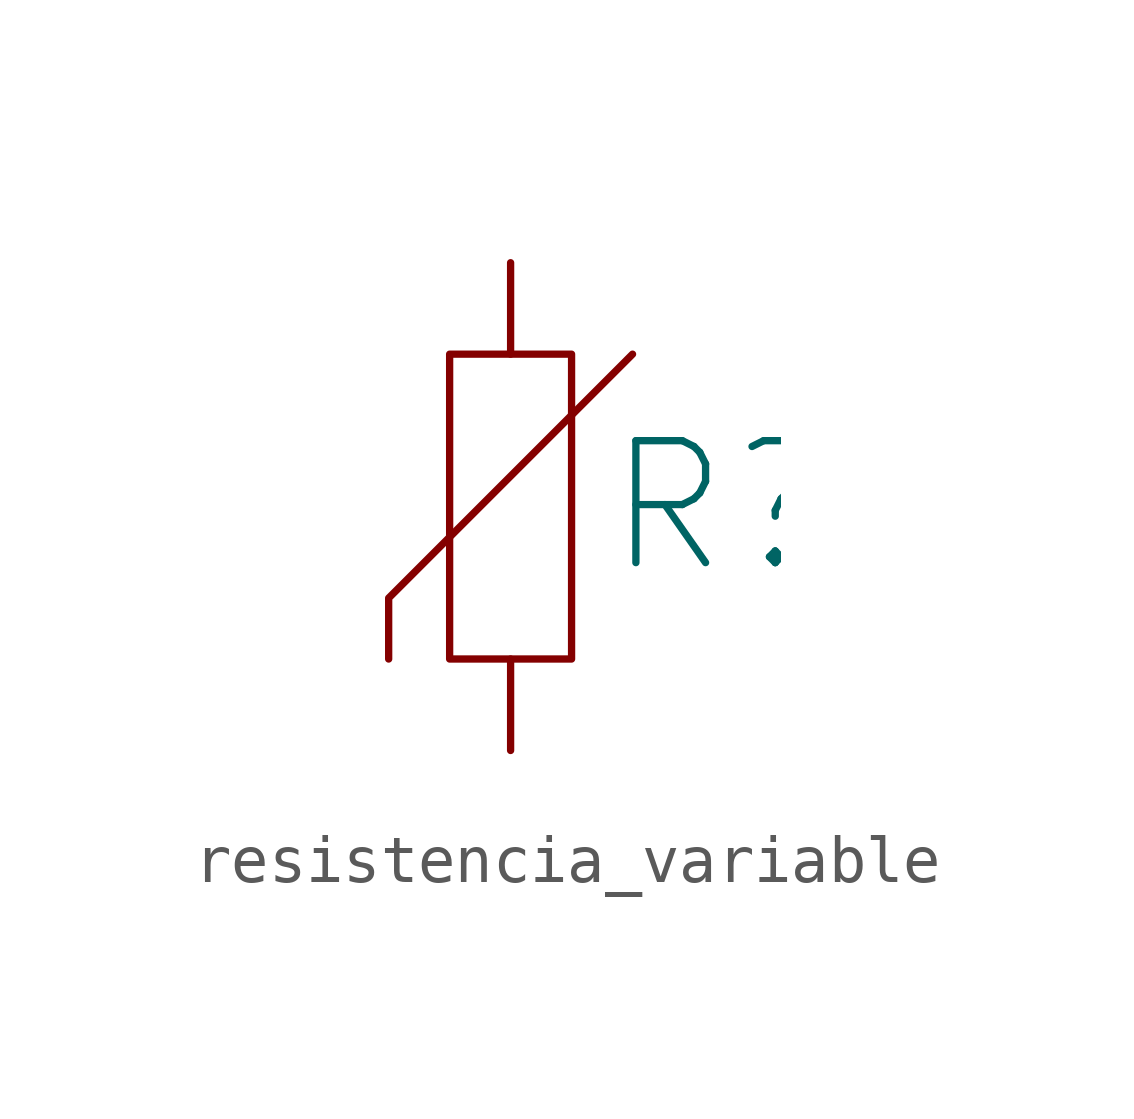
<source format=kicad_sym>
(kicad_symbol_lib
  (version 20220914)
  (generator kicad_symbol_editor)
  (symbol "resistencia_variable"
    (pin_names
      (offset 1.016))
    (property "Reference" "R"
      (at 1.905 -5.08 0)
      (effects (font (size 2.54 2.54)) (justify left)))
    (symbol "resistencia_variable_0_1"
      (rectangle (start -1.27 -1.905) (end 1.27 -8.255) (stroke (width 0) (type default)) (fill (type none))))
    (symbol "resistencia_variable_1_0"
      (polyline (pts (xy -2.54 -8.255) (xy -2.54 -6.985) (xy 2.54 -1.905)) (stroke (width 0) (type default)) (fill (type none))))
    (symbol "resistencia_variable_1_1"
      (pin input line (at 0 -10.16 90) (length 1.905) (name "" (effects (font (size 1.27 1.27)))) (number "" (effects (font (size 1.143 1.143)))))
      (pin input line (at 0 0 270) (length 1.905) (name "" (effects (font (size 1.27 1.27)))) (number "" (effects (font (size 1.143 1.143))))))))
</source>
